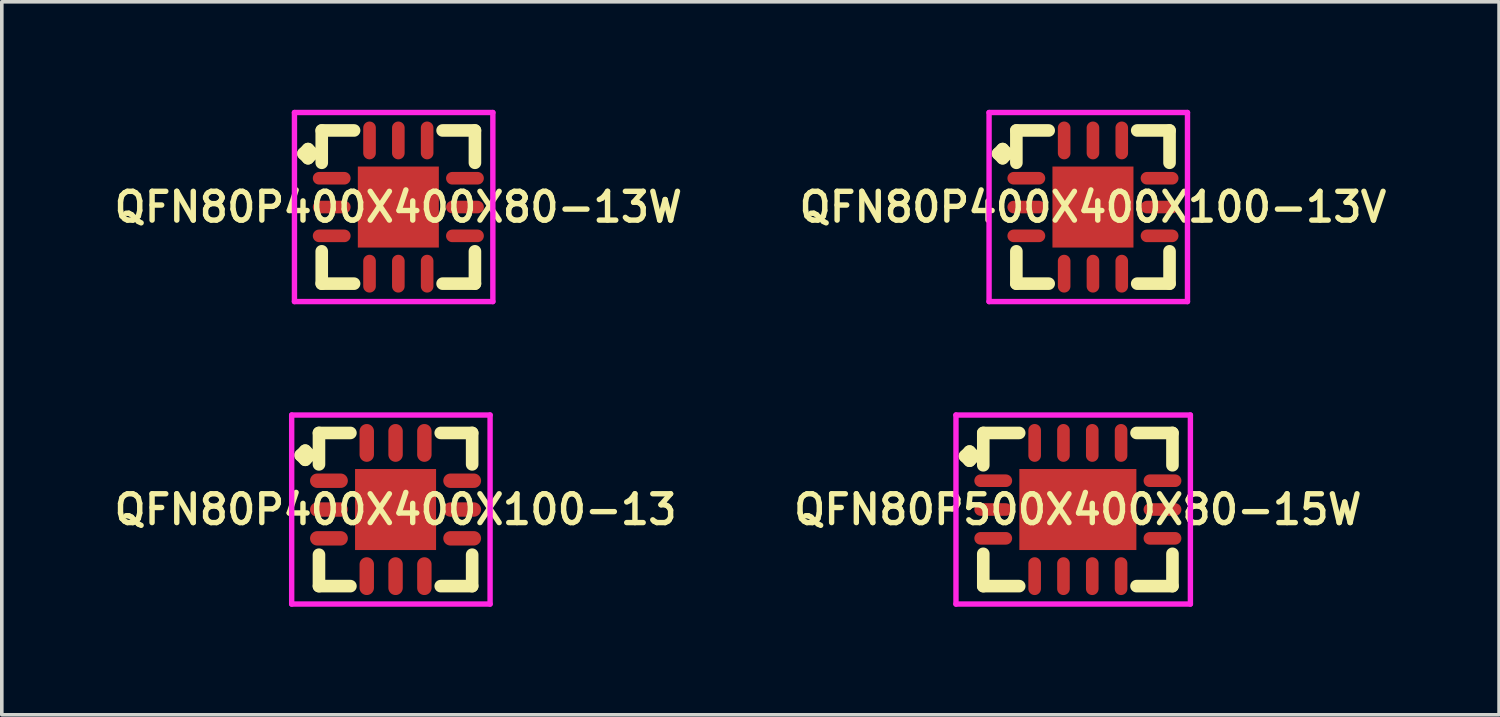
<source format=kicad_pcb>
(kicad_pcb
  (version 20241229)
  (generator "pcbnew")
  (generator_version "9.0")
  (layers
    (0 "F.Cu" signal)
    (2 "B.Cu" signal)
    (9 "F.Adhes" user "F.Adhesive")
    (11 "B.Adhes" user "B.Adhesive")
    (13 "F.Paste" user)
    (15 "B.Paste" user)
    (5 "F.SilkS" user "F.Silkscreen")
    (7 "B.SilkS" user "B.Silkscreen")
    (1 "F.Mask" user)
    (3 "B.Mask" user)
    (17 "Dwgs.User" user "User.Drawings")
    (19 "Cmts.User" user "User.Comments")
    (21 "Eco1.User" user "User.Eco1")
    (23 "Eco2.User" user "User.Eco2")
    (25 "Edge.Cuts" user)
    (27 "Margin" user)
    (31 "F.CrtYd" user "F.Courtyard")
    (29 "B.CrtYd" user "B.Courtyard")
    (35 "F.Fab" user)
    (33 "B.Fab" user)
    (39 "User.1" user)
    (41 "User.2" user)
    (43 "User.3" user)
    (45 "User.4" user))
  (footprint "QFN80P500X400X80-15W"
    (layer "F.Cu")
    (at 26.883 11.1)
    (property "Reference" "QFN80P500X400X80-15W" (at 0 0 0) (layer "F.SilkS") (effects (font (size 0.8 0.8) (thickness 0.15))))
    (attr smd)
    (fp_line (start -3.135 -1.483) (end -3.008 -1.61) (stroke (width 0.35) (type solid)) (layer "F.SilkS"))
    (fp_line (start -3.008 -1.61) (end -2.881 -1.483) (stroke (width 0.35) (type solid)) (layer "F.SilkS"))
    (fp_line (start -3.008 -1.356) (end -3.135 -1.483) (stroke (width 0.35) (type solid)) (layer "F.SilkS"))
    (fp_line (start -2.881 -1.483) (end -3.008 -1.356) (stroke (width 0.35) (type solid)) (layer "F.SilkS"))
    (fp_line (start -2.627 -2.127) (end -1.629 -2.127) (stroke (width 0.35) (type solid)) (layer "F.SilkS"))
    (fp_line (start -2.627 -1.229) (end -2.627 -2.127) (stroke (width 0.35) (type solid)) (layer "F.SilkS"))
    (fp_line (start -2.627 1.229) (end -2.627 2.127) (stroke (width 0.35) (type solid)) (layer "F.SilkS"))
    (fp_line (start -2.627 2.127) (end -1.629 2.127) (stroke (width 0.35) (type solid)) (layer "F.SilkS"))
    (fp_line (start 1.629 -2.127) (end 2.627 -2.127) (stroke (width 0.35) (type solid)) (layer "F.SilkS"))
    (fp_line (start 1.629 2.127) (end 2.627 2.127) (stroke (width 0.35) (type solid)) (layer "F.SilkS"))
    (fp_line (start 2.627 -2.127) (end 2.627 -1.229) (stroke (width 0.35) (type solid)) (layer "F.SilkS"))
    (fp_line (start 2.627 2.127) (end 2.627 1.229) (stroke (width 0.35) (type solid)) (layer "F.SilkS"))
    (fp_line (start -3.385 -2.625) (end 3.125 -2.625) (stroke (width 0.15) (type solid)) (layer "F.CrtYd"))
    (fp_line (start -3.385 2.625) (end -3.385 -2.625) (stroke (width 0.15) (type solid)) (layer "F.CrtYd"))
    (fp_line (start 3.125 -2.625) (end 3.125 2.625) (stroke (width 0.15) (type solid)) (layer "F.CrtYd"))
    (fp_line (start 3.125 2.625) (end -3.385 2.625) (stroke (width 0.15) (type solid)) (layer "F.CrtYd"))
    (pad "1" smd oval (at -2.35 -0.8) (size 1.05 0.35) (layers "F.Cu" "F.Mask" "F.Paste"))
    (pad "2" smd oval (at -2.35 0) (size 1.05 0.35) (layers "F.Cu" "F.Mask" "F.Paste"))
    (pad "3" smd oval (at -2.35 0.8) (size 1.05 0.35) (layers "F.Cu" "F.Mask" "F.Paste"))
    (pad "4" smd oval (at -1.2 1.85) (size 0.35 1.05) (layers "F.Cu" "F.Mask" "F.Paste"))
    (pad "5" smd oval (at -0.4 1.85) (size 0.35 1.05) (layers "F.Cu" "F.Mask" "F.Paste"))
    (pad "6" smd oval (at 0.4 1.85) (size 0.35 1.05) (layers "F.Cu" "F.Mask" "F.Paste"))
    (pad "7" smd oval (at 1.2 1.85) (size 0.35 1.05) (layers "F.Cu" "F.Mask" "F.Paste"))
    (pad "8" smd oval (at 2.35 0.8) (size 1.05 0.35) (layers "F.Cu" "F.Mask" "F.Paste"))
    (pad "9" smd oval (at 2.35 0) (size 1.05 0.35) (layers "F.Cu" "F.Mask" "F.Paste"))
    (pad "10" smd oval (at 2.35 -0.8) (size 1.05 0.35) (layers "F.Cu" "F.Mask" "F.Paste"))
    (pad "11" smd oval (at 1.2 -1.85) (size 0.35 1.05) (layers "F.Cu" "F.Mask" "F.Paste"))
    (pad "12" smd oval (at 0.4 -1.85) (size 0.35 1.05) (layers "F.Cu" "F.Mask" "F.Paste"))
    (pad "13" smd oval (at -0.4 -1.85) (size 0.35 1.05) (layers "F.Cu" "F.Mask" "F.Paste"))
    (pad "14" smd oval (at -1.2 -1.85) (size 0.35 1.05) (layers "F.Cu" "F.Mask" "F.Paste"))
    (pad "15" smd rect (at 0 0) (size 3.25 2.25) (layers "F.Cu" "F.Mask" "F.Paste")))
  (footprint "QFN80P400X400X100-13V"
    (layer "F.Cu")
    (at 27.302 2.7)
    (property "Reference" "QFN80P400X400X100-13V" (at 0 0 0) (layer "F.SilkS") (effects (font (size 0.8 0.8) (thickness 0.15))))
    (attr smd)
    (fp_line (start -2.635 -1.483) (end -2.508 -1.61) (stroke (width 0.35) (type solid)) (layer "F.SilkS"))
    (fp_line (start -2.508 -1.61) (end -2.381 -1.483) (stroke (width 0.35) (type solid)) (layer "F.SilkS"))
    (fp_line (start -2.508 -1.356) (end -2.635 -1.483) (stroke (width 0.35) (type solid)) (layer "F.SilkS"))
    (fp_line (start -2.381 -1.483) (end -2.508 -1.356) (stroke (width 0.35) (type solid)) (layer "F.SilkS"))
    (fp_line (start -2.127 -2.127) (end -1.229 -2.127) (stroke (width 0.35) (type solid)) (layer "F.SilkS"))
    (fp_line (start -2.127 -1.229) (end -2.127 -2.127) (stroke (width 0.35) (type solid)) (layer "F.SilkS"))
    (fp_line (start -2.127 1.229) (end -2.127 2.127) (stroke (width 0.35) (type solid)) (layer "F.SilkS"))
    (fp_line (start -2.127 2.127) (end -1.229 2.127) (stroke (width 0.35) (type solid)) (layer "F.SilkS"))
    (fp_line (start 1.229 -2.127) (end 2.127 -2.127) (stroke (width 0.35) (type solid)) (layer "F.SilkS"))
    (fp_line (start 1.229 2.127) (end 2.127 2.127) (stroke (width 0.35) (type solid)) (layer "F.SilkS"))
    (fp_line (start 2.127 -2.127) (end 2.127 -1.229) (stroke (width 0.35) (type solid)) (layer "F.SilkS"))
    (fp_line (start 2.127 2.127) (end 2.127 1.229) (stroke (width 0.35) (type solid)) (layer "F.SilkS"))
    (fp_line (start -2.885 -2.625) (end 2.625 -2.625) (stroke (width 0.15) (type solid)) (layer "F.CrtYd"))
    (fp_line (start -2.885 2.625) (end -2.885 -2.625) (stroke (width 0.15) (type solid)) (layer "F.CrtYd"))
    (fp_line (start 2.625 -2.625) (end 2.625 2.625) (stroke (width 0.15) (type solid)) (layer "F.CrtYd"))
    (fp_line (start 2.625 2.625) (end -2.885 2.625) (stroke (width 0.15) (type solid)) (layer "F.CrtYd"))
    (pad "1" smd oval (at -1.85 -0.8) (size 1.05 0.35) (layers "F.Cu" "F.Mask" "F.Paste"))
    (pad "2" smd oval (at -1.85 0) (size 1.05 0.35) (layers "F.Cu" "F.Mask" "F.Paste"))
    (pad "3" smd oval (at -1.85 0.8) (size 1.05 0.35) (layers "F.Cu" "F.Mask" "F.Paste"))
    (pad "4" smd oval (at -0.8 1.85) (size 0.35 1.05) (layers "F.Cu" "F.Mask" "F.Paste"))
    (pad "5" smd oval (at 0 1.85) (size 0.35 1.05) (layers "F.Cu" "F.Mask" "F.Paste"))
    (pad "6" smd oval (at 0.8 1.85) (size 0.35 1.05) (layers "F.Cu" "F.Mask" "F.Paste"))
    (pad "7" smd oval (at 1.85 0.8) (size 1.05 0.35) (layers "F.Cu" "F.Mask" "F.Paste"))
    (pad "8" smd oval (at 1.85 0) (size 1.05 0.35) (layers "F.Cu" "F.Mask" "F.Paste"))
    (pad "9" smd oval (at 1.85 -0.8) (size 1.05 0.35) (layers "F.Cu" "F.Mask" "F.Paste"))
    (pad "10" smd oval (at 0.8 -1.85) (size 0.35 1.05) (layers "F.Cu" "F.Mask" "F.Paste"))
    (pad "11" smd oval (at 0 -1.85) (size 0.35 1.05) (layers "F.Cu" "F.Mask" "F.Paste"))
    (pad "12" smd oval (at -0.8 -1.85) (size 0.35 1.05) (layers "F.Cu" "F.Mask" "F.Paste"))
    (pad "13" smd rect (at 0 0) (size 2.25 2.25) (layers "F.Cu" "F.Mask" "F.Paste")))
  (footprint "QFN80P400X400X100-13"
    (layer "F.Cu")
    (at 7.935 11.1)
    (property "Reference" "QFN80P400X400X100-13" (at 0 0 0) (layer "F.SilkS") (effects (font (size 0.8 0.8) (thickness 0.15))))
    (attr smd)
    (fp_line (start -2.635 -1.508) (end -2.508 -1.635) (stroke (width 0.35) (type solid)) (layer "F.SilkS"))
    (fp_line (start -2.508 -1.635) (end -2.381 -1.508) (stroke (width 0.35) (type solid)) (layer "F.SilkS"))
    (fp_line (start -2.508 -1.381) (end -2.635 -1.508) (stroke (width 0.35) (type solid)) (layer "F.SilkS"))
    (fp_line (start -2.381 -1.508) (end -2.508 -1.381) (stroke (width 0.35) (type solid)) (layer "F.SilkS"))
    (fp_line (start -2.127 -2.127) (end -1.254 -2.127) (stroke (width 0.35) (type solid)) (layer "F.SilkS"))
    (fp_line (start -2.127 -1.254) (end -2.127 -2.127) (stroke (width 0.35) (type solid)) (layer "F.SilkS"))
    (fp_line (start -2.127 1.254) (end -2.127 2.127) (stroke (width 0.35) (type solid)) (layer "F.SilkS"))
    (fp_line (start -2.127 2.127) (end -1.254 2.127) (stroke (width 0.35) (type solid)) (layer "F.SilkS"))
    (fp_line (start 1.254 -2.127) (end 2.127 -2.127) (stroke (width 0.35) (type solid)) (layer "F.SilkS"))
    (fp_line (start 1.254 2.127) (end 2.127 2.127) (stroke (width 0.35) (type solid)) (layer "F.SilkS"))
    (fp_line (start 2.127 -2.127) (end 2.127 -1.254) (stroke (width 0.35) (type solid)) (layer "F.SilkS"))
    (fp_line (start 2.127 2.127) (end 2.127 1.254) (stroke (width 0.35) (type solid)) (layer "F.SilkS"))
    (fp_line (start -2.885 -2.625) (end 2.625 -2.625) (stroke (width 0.15) (type solid)) (layer "F.CrtYd"))
    (fp_line (start -2.885 2.625) (end -2.885 -2.625) (stroke (width 0.15) (type solid)) (layer "F.CrtYd"))
    (fp_line (start 2.625 -2.625) (end 2.625 2.625) (stroke (width 0.15) (type solid)) (layer "F.CrtYd"))
    (fp_line (start 2.625 2.625) (end -2.885 2.625) (stroke (width 0.15) (type solid)) (layer "F.CrtYd"))
    (pad "1" smd oval (at -1.85 -0.8) (size 1.05 0.4) (layers "F.Cu" "F.Mask" "F.Paste"))
    (pad "2" smd oval (at -1.85 0) (size 1.05 0.4) (layers "F.Cu" "F.Mask" "F.Paste"))
    (pad "3" smd oval (at -1.85 0.8) (size 1.05 0.4) (layers "F.Cu" "F.Mask" "F.Paste"))
    (pad "4" smd oval (at -0.8 1.85) (size 0.4 1.05) (layers "F.Cu" "F.Mask" "F.Paste"))
    (pad "5" smd oval (at 0 1.85) (size 0.4 1.05) (layers "F.Cu" "F.Mask" "F.Paste"))
    (pad "6" smd oval (at 0.8 1.85) (size 0.4 1.05) (layers "F.Cu" "F.Mask" "F.Paste"))
    (pad "7" smd oval (at 1.85 0.8) (size 1.05 0.4) (layers "F.Cu" "F.Mask" "F.Paste"))
    (pad "8" smd oval (at 1.85 0) (size 1.05 0.4) (layers "F.Cu" "F.Mask" "F.Paste"))
    (pad "9" smd oval (at 1.85 -0.8) (size 1.05 0.4) (layers "F.Cu" "F.Mask" "F.Paste"))
    (pad "10" smd oval (at 0.8 -1.85) (size 0.4 1.05) (layers "F.Cu" "F.Mask" "F.Paste"))
    (pad "11" smd oval (at 0 -1.85) (size 0.4 1.05) (layers "F.Cu" "F.Mask" "F.Paste"))
    (pad "12" smd oval (at -0.8 -1.85) (size 0.4 1.05) (layers "F.Cu" "F.Mask" "F.Paste"))
    (pad "13" smd rect (at 0 0) (size 2.25 2.25) (layers "F.Cu" "F.Mask" "F.Paste")))
  (footprint "QFN80P400X400X80-13W"
    (layer "F.Cu")
    (at 8.012 2.7)
    (property "Reference" "QFN80P400X400X80-13W" (at 0 0 0) (layer "F.SilkS") (effects (font (size 0.8 0.8) (thickness 0.15))))
    (attr smd)
    (fp_line (start -2.635 -1.483) (end -2.508 -1.61) (stroke (width 0.35) (type solid)) (layer "F.SilkS"))
    (fp_line (start -2.508 -1.61) (end -2.381 -1.483) (stroke (width 0.35) (type solid)) (layer "F.SilkS"))
    (fp_line (start -2.508 -1.356) (end -2.635 -1.483) (stroke (width 0.35) (type solid)) (layer "F.SilkS"))
    (fp_line (start -2.381 -1.483) (end -2.508 -1.356) (stroke (width 0.35) (type solid)) (layer "F.SilkS"))
    (fp_line (start -2.127 -2.127) (end -1.229 -2.127) (stroke (width 0.35) (type solid)) (layer "F.SilkS"))
    (fp_line (start -2.127 -1.229) (end -2.127 -2.127) (stroke (width 0.35) (type solid)) (layer "F.SilkS"))
    (fp_line (start -2.127 1.229) (end -2.127 2.127) (stroke (width 0.35) (type solid)) (layer "F.SilkS"))
    (fp_line (start -2.127 2.127) (end -1.229 2.127) (stroke (width 0.35) (type solid)) (layer "F.SilkS"))
    (fp_line (start 1.229 -2.127) (end 2.127 -2.127) (stroke (width 0.35) (type solid)) (layer "F.SilkS"))
    (fp_line (start 1.229 2.127) (end 2.127 2.127) (stroke (width 0.35) (type solid)) (layer "F.SilkS"))
    (fp_line (start 2.127 -2.127) (end 2.127 -1.229) (stroke (width 0.35) (type solid)) (layer "F.SilkS"))
    (fp_line (start 2.127 2.127) (end 2.127 1.229) (stroke (width 0.35) (type solid)) (layer "F.SilkS"))
    (fp_line (start -2.885 -2.625) (end 2.625 -2.625) (stroke (width 0.15) (type solid)) (layer "F.CrtYd"))
    (fp_line (start -2.885 2.625) (end -2.885 -2.625) (stroke (width 0.15) (type solid)) (layer "F.CrtYd"))
    (fp_line (start 2.625 -2.625) (end 2.625 2.625) (stroke (width 0.15) (type solid)) (layer "F.CrtYd"))
    (fp_line (start 2.625 2.625) (end -2.885 2.625) (stroke (width 0.15) (type solid)) (layer "F.CrtYd"))
    (pad "1" smd oval (at -1.85 -0.8) (size 1.05 0.35) (layers "F.Cu" "F.Mask" "F.Paste"))
    (pad "2" smd oval (at -1.85 0) (size 1.05 0.35) (layers "F.Cu" "F.Mask" "F.Paste"))
    (pad "3" smd oval (at -1.85 0.8) (size 1.05 0.35) (layers "F.Cu" "F.Mask" "F.Paste"))
    (pad "4" smd oval (at -0.8 1.85) (size 0.35 1.05) (layers "F.Cu" "F.Mask" "F.Paste"))
    (pad "5" smd oval (at 0 1.85) (size 0.35 1.05) (layers "F.Cu" "F.Mask" "F.Paste"))
    (pad "6" smd oval (at 0.8 1.85) (size 0.35 1.05) (layers "F.Cu" "F.Mask" "F.Paste"))
    (pad "7" smd oval (at 1.85 0.8) (size 1.05 0.35) (layers "F.Cu" "F.Mask" "F.Paste"))
    (pad "8" smd oval (at 1.85 0) (size 1.05 0.35) (layers "F.Cu" "F.Mask" "F.Paste"))
    (pad "9" smd oval (at 1.85 -0.8) (size 1.05 0.35) (layers "F.Cu" "F.Mask" "F.Paste"))
    (pad "10" smd oval (at 0.8 -1.85) (size 0.35 1.05) (layers "F.Cu" "F.Mask" "F.Paste"))
    (pad "11" smd oval (at 0 -1.85) (size 0.35 1.05) (layers "F.Cu" "F.Mask" "F.Paste"))
    (pad "12" smd oval (at -0.8 -1.85) (size 0.35 1.05) (layers "F.Cu" "F.Mask" "F.Paste"))
    (pad "13" smd rect (at 0 0) (size 2.25 2.25) (layers "F.Cu" "F.Mask" "F.Paste")))
  (gr_rect
    (start -3 -3)
    (end 38.58 16.8)
    (stroke (width 0.1) (type default))
    (fill no)
    (layer "Edge.Cuts")))
</source>
